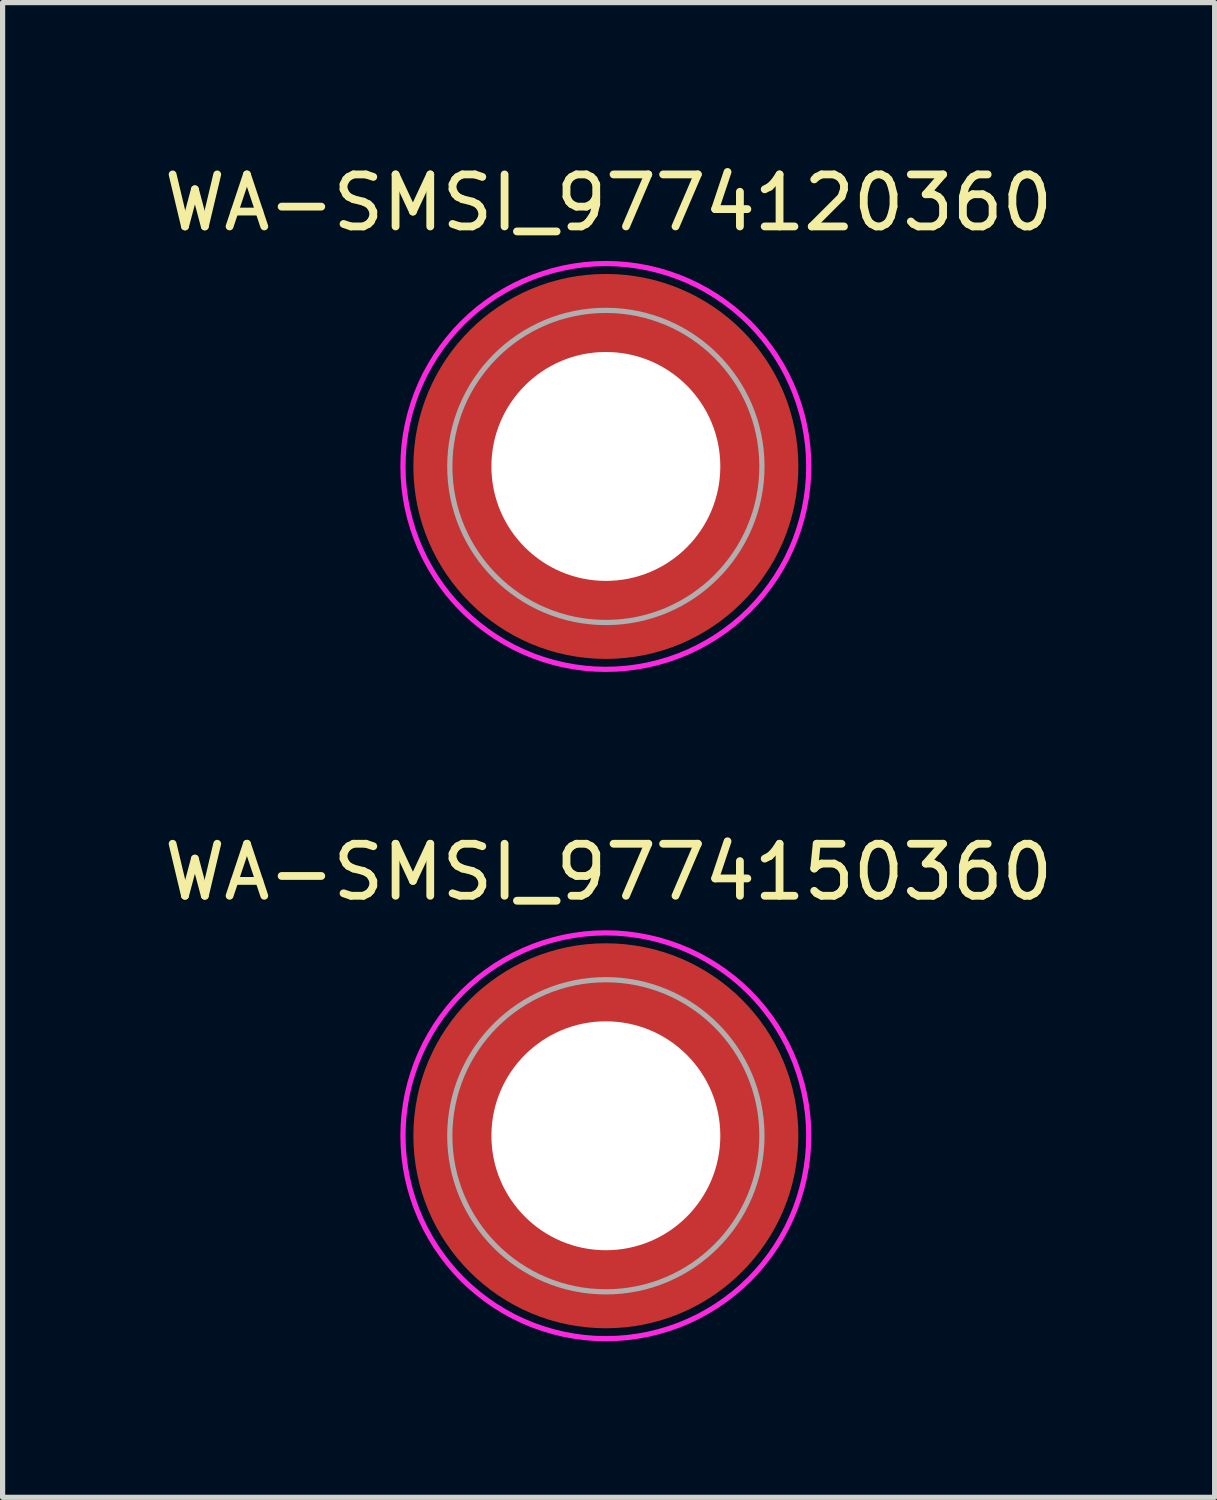
<source format=kicad_pcb>
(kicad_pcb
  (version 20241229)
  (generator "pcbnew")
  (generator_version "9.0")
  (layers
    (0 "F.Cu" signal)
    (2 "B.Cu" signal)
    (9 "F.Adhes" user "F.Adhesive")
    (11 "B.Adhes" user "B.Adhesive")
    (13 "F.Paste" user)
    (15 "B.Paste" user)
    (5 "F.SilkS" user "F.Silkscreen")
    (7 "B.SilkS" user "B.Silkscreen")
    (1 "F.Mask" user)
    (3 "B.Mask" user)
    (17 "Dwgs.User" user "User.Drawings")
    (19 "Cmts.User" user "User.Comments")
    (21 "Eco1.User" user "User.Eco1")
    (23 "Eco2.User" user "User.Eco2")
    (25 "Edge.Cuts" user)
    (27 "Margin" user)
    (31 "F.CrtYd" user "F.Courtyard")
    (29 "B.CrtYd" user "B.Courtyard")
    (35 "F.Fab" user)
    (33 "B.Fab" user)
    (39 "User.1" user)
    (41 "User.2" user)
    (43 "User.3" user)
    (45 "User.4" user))
  (footprint "WA-SMSI_9774120360"
    (layer "F.Cu")
    (at 8.596 5.916)
    (property "Reference" "WA-SMSI_9774120360" (at 0.053 -5.068 0) (layer "F.SilkS") (effects (font (size 1 1) (thickness 0.15))))
    (attr smd)
    (fp_poly (pts (xy -3.615 0.4) (xy -2.205 0.4) (xy -2.19 0.475) (xy -2.165 0.58) (xy -2.13 0.7) (xy -2.1 0.78) (xy -2.07 0.86) (xy -2.025 0.96) (xy -1.975 1.06) (xy -1.92 1.155) (xy -1.86 1.25) (xy -1.815 1.315) (xy -1.75 1.4) (xy -1.695 1.465) (xy -1.605 1.565) (xy -1.52 1.645) (xy -1.465 1.695) (xy -1.405 1.745) (xy -1.32 1.81) (xy -1.235 1.87) (xy -1.13 1.935) (xy -1.05 1.98) (xy -0.95 2.03) (xy -0.81 2.09) (xy -0.695 2.13) (xy -0.58 2.165) (xy -0.475 2.19) (xy -0.4 2.205) (xy -0.4 3.615) (xy -0.43 3.61) (xy -0.505 3.6) (xy -0.605 3.585) (xy -0.715 3.565) (xy -0.83 3.54) (xy -0.93 3.515) (xy -1.04 3.485) (xy -1.135 3.455) (xy -1.205 3.43) (xy -1.3 3.395) (xy -1.365 3.37) (xy -1.46 3.33) (xy -1.55 3.29) (xy -1.65 3.24) (xy -1.77 3.175) (xy -1.885 3.11) (xy -1.985 3.045) (xy -2.075 2.985) (xy -2.165 2.92) (xy -2.23 2.87) (xy -2.295 2.82) (xy -2.365 2.76) (xy -2.44 2.695) (xy -2.515 2.625) (xy -2.6 2.54) (xy -2.645 2.495) (xy -2.69 2.445) (xy -2.76 2.365) (xy -2.82 2.295) (xy -2.875 2.225) (xy -2.935 2.145) (xy -2.995 2.06) (xy -3.085 1.925) (xy -3.18 1.765) (xy -3.27 1.59) (xy -3.34 1.44) (xy -3.4 1.29) (xy -3.455 1.135) (xy -3.505 0.97) (xy -3.55 0.795) (xy -3.575 0.665) (xy -3.6 0.52)) (stroke (width 0.01) (type solid)) (fill yes) (layer "F.Paste"))
    (fp_poly (pts (xy -0.4 -3.615) (xy -0.4 -2.205) (xy -0.475 -2.19) (xy -0.58 -2.165) (xy -0.7 -2.13) (xy -0.78 -2.1) (xy -0.86 -2.07) (xy -0.96 -2.025) (xy -1.06 -1.975) (xy -1.155 -1.92) (xy -1.25 -1.86) (xy -1.315 -1.815) (xy -1.4 -1.75) (xy -1.465 -1.695) (xy -1.565 -1.605) (xy -1.645 -1.52) (xy -1.695 -1.465) (xy -1.745 -1.405) (xy -1.81 -1.32) (xy -1.87 -1.235) (xy -1.935 -1.13) (xy -1.98 -1.05) (xy -2.03 -0.95) (xy -2.09 -0.81) (xy -2.13 -0.695) (xy -2.165 -0.58) (xy -2.19 -0.475) (xy -2.205 -0.4) (xy -3.615 -0.4) (xy -3.61 -0.43) (xy -3.6 -0.505) (xy -3.585 -0.605) (xy -3.565 -0.715) (xy -3.54 -0.83) (xy -3.515 -0.93) (xy -3.485 -1.04) (xy -3.455 -1.135) (xy -3.43 -1.205) (xy -3.395 -1.3) (xy -3.37 -1.365) (xy -3.33 -1.46) (xy -3.29 -1.55) (xy -3.24 -1.65) (xy -3.175 -1.77) (xy -3.11 -1.885) (xy -3.045 -1.985) (xy -2.985 -2.075) (xy -2.92 -2.165) (xy -2.87 -2.23) (xy -2.82 -2.295) (xy -2.76 -2.365) (xy -2.695 -2.44) (xy -2.625 -2.515) (xy -2.54 -2.6) (xy -2.495 -2.645) (xy -2.445 -2.69) (xy -2.365 -2.76) (xy -2.295 -2.82) (xy -2.225 -2.875) (xy -2.145 -2.935) (xy -2.06 -2.995) (xy -1.925 -3.085) (xy -1.765 -3.18) (xy -1.59 -3.27) (xy -1.44 -3.34) (xy -1.29 -3.4) (xy -1.135 -3.455) (xy -0.97 -3.505) (xy -0.795 -3.55) (xy -0.665 -3.575) (xy -0.52 -3.6)) (stroke (width 0.01) (type solid)) (fill yes) (layer "F.Paste"))
    (fp_poly (pts (xy 0.4 3.615) (xy 0.4 2.205) (xy 0.475 2.19) (xy 0.58 2.165) (xy 0.7 2.13) (xy 0.78 2.1) (xy 0.86 2.07) (xy 0.96 2.025) (xy 1.06 1.975) (xy 1.155 1.92) (xy 1.25 1.86) (xy 1.315 1.815) (xy 1.4 1.75) (xy 1.465 1.695) (xy 1.565 1.605) (xy 1.645 1.52) (xy 1.695 1.465) (xy 1.745 1.405) (xy 1.81 1.32) (xy 1.87 1.235) (xy 1.935 1.13) (xy 1.98 1.05) (xy 2.03 0.95) (xy 2.09 0.81) (xy 2.13 0.695) (xy 2.165 0.58) (xy 2.19 0.475) (xy 2.205 0.4) (xy 3.615 0.4) (xy 3.61 0.43) (xy 3.6 0.505) (xy 3.585 0.605) (xy 3.565 0.715) (xy 3.54 0.83) (xy 3.515 0.93) (xy 3.485 1.04) (xy 3.455 1.135) (xy 3.43 1.205) (xy 3.395 1.3) (xy 3.37 1.365) (xy 3.33 1.46) (xy 3.29 1.55) (xy 3.24 1.65) (xy 3.175 1.77) (xy 3.11 1.885) (xy 3.045 1.985) (xy 2.985 2.075) (xy 2.92 2.165) (xy 2.87 2.23) (xy 2.82 2.295) (xy 2.76 2.365) (xy 2.695 2.44) (xy 2.625 2.515) (xy 2.54 2.6) (xy 2.495 2.645) (xy 2.445 2.69) (xy 2.365 2.76) (xy 2.295 2.82) (xy 2.225 2.875) (xy 2.145 2.935) (xy 2.06 2.995) (xy 1.925 3.085) (xy 1.765 3.18) (xy 1.59 3.27) (xy 1.44 3.34) (xy 1.29 3.4) (xy 1.135 3.455) (xy 0.97 3.505) (xy 0.795 3.55) (xy 0.665 3.575) (xy 0.52 3.6)) (stroke (width 0.01) (type solid)) (fill yes) (layer "F.Paste"))
    (fp_poly (pts (xy 3.615 -0.4) (xy 2.205 -0.4) (xy 2.19 -0.475) (xy 2.165 -0.58) (xy 2.13 -0.7) (xy 2.1 -0.78) (xy 2.07 -0.86) (xy 2.025 -0.96) (xy 1.975 -1.06) (xy 1.92 -1.155) (xy 1.86 -1.25) (xy 1.815 -1.315) (xy 1.75 -1.4) (xy 1.695 -1.465) (xy 1.605 -1.565) (xy 1.52 -1.645) (xy 1.465 -1.695) (xy 1.405 -1.745) (xy 1.32 -1.81) (xy 1.235 -1.87) (xy 1.13 -1.935) (xy 1.05 -1.98) (xy 0.95 -2.03) (xy 0.81 -2.09) (xy 0.695 -2.13) (xy 0.58 -2.165) (xy 0.475 -2.19) (xy 0.4 -2.205) (xy 0.4 -3.615) (xy 0.43 -3.61) (xy 0.505 -3.6) (xy 0.605 -3.585) (xy 0.715 -3.565) (xy 0.83 -3.54) (xy 0.93 -3.515) (xy 1.04 -3.485) (xy 1.135 -3.455) (xy 1.205 -3.43) (xy 1.3 -3.395) (xy 1.365 -3.37) (xy 1.46 -3.33) (xy 1.55 -3.29) (xy 1.65 -3.24) (xy 1.77 -3.175) (xy 1.885 -3.11) (xy 1.985 -3.045) (xy 2.075 -2.985) (xy 2.165 -2.92) (xy 2.23 -2.87) (xy 2.295 -2.82) (xy 2.365 -2.76) (xy 2.44 -2.695) (xy 2.515 -2.625) (xy 2.6 -2.54) (xy 2.645 -2.495) (xy 2.69 -2.445) (xy 2.76 -2.365) (xy 2.82 -2.295) (xy 2.875 -2.225) (xy 2.935 -2.145) (xy 2.995 -2.06) (xy 3.085 -1.925) (xy 3.18 -1.765) (xy 3.27 -1.59) (xy 3.34 -1.44) (xy 3.4 -1.29) (xy 3.455 -1.135) (xy 3.505 -0.97) (xy 3.55 -0.795) (xy 3.575 -0.665) (xy 3.6 -0.52)) (stroke (width 0.01) (type solid)) (fill yes) (layer "F.Paste"))
    (fp_poly (pts (xy 0 -3.9) (xy 0.204 -3.895) (xy 0.408 -3.879) (xy 0.61 -3.852) (xy 0.811 -3.815) (xy 1.009 -3.767) (xy 1.205 -3.709) (xy 1.398 -3.641) (xy 1.586 -3.563) (xy 1.771 -3.475) (xy 1.95 -3.377) (xy 2.124 -3.271) (xy 2.292 -3.155) (xy 2.454 -3.031) (xy 2.61 -2.898) (xy 2.758 -2.758) (xy 2.898 -2.61) (xy 3.031 -2.454) (xy 3.155 -2.292) (xy 3.271 -2.124) (xy 3.377 -1.95) (xy 3.475 -1.771) (xy 3.563 -1.586) (xy 3.641 -1.398) (xy 3.709 -1.205) (xy 3.767 -1.009) (xy 3.815 -0.811) (xy 3.852 -0.61) (xy 3.879 -0.408) (xy 3.895 -0.204) (xy 3.9 0) (xy 3.895 0.204) (xy 3.879 0.408) (xy 3.852 0.61) (xy 3.815 0.811) (xy 3.767 1.009) (xy 3.709 1.205) (xy 3.641 1.398) (xy 3.563 1.586) (xy 3.475 1.771) (xy 3.377 1.95) (xy 3.271 2.124) (xy 3.155 2.292) (xy 3.031 2.454) (xy 2.898 2.61) (xy 2.758 2.758) (xy 2.61 2.898) (xy 2.454 3.031) (xy 2.292 3.155) (xy 2.124 3.271) (xy 1.95 3.377) (xy 1.771 3.475) (xy 1.586 3.563) (xy 1.398 3.641) (xy 1.205 3.709) (xy 1.009 3.767) (xy 0.811 3.815) (xy 0.61 3.852) (xy 0.408 3.879) (xy 0.204 3.895) (xy 0 3.9) (xy -0.204 3.895) (xy -0.408 3.879) (xy -0.61 3.852) (xy -0.811 3.815) (xy -1.009 3.767) (xy -1.205 3.709) (xy -1.398 3.641) (xy -1.586 3.563) (xy -1.771 3.475) (xy -1.95 3.377) (xy -2.124 3.271) (xy -2.292 3.155) (xy -2.454 3.031) (xy -2.61 2.898) (xy -2.758 2.758) (xy -2.898 2.61) (xy -3.031 2.454) (xy -3.155 2.292) (xy -3.271 2.124) (xy -3.377 1.95) (xy -3.475 1.771) (xy -3.563 1.586) (xy -3.641 1.398) (xy -3.709 1.205) (xy -3.767 1.009) (xy -3.815 0.811) (xy -3.852 0.61) (xy -3.879 0.408) (xy -3.895 0.204) (xy -3.9 0) (xy -3.895 -0.204) (xy -3.879 -0.408) (xy -3.852 -0.61) (xy -3.815 -0.811) (xy -3.767 -1.009) (xy -3.709 -1.205) (xy -3.641 -1.398) (xy -3.563 -1.586) (xy -3.475 -1.771) (xy -3.377 -1.95) (xy -3.271 -2.124) (xy -3.155 -2.292) (xy -3.031 -2.454) (xy -2.898 -2.61) (xy -2.758 -2.758) (xy -2.61 -2.898) (xy -2.454 -3.031) (xy -2.292 -3.155) (xy -2.124 -3.271) (xy -1.95 -3.377) (xy -1.771 -3.475) (xy -1.586 -3.563) (xy -1.398 -3.641) (xy -1.205 -3.709) (xy -1.009 -3.767) (xy -0.811 -3.815) (xy -0.61 -3.852) (xy -0.408 -3.879) (xy -0.204 -3.895) (xy 0 -3.9)) (stroke (width 0.1) (type solid)) (fill no) (layer "F.CrtYd"))
    (fp_circle (center 0 0) (end 3 0) (stroke (width 0.1) (type solid)) (fill no) (layer "F.Fab"))
    (pad "" np_thru_hole circle (at 0 0) (size 4.4 4.4) (drill 4.4) (layers "*.Cu" "*.Mask"))
    (pad "1" smd circle (at 0 0) (size 7.4 7.4) (layers "F.Cu" "F.Mask")))
  (footprint "WA-SMSI_9774150360"
    (layer "F.Cu")
    (at 8.596 18.782)
    (property "Reference" "WA-SMSI_9774150360" (at 0.053 -5.068 0) (layer "F.SilkS") (effects (font (size 1 1) (thickness 0.15))))
    (attr smd)
    (fp_poly (pts (xy -3.615 0.4) (xy -2.205 0.4) (xy -2.19 0.475) (xy -2.165 0.58) (xy -2.13 0.7) (xy -2.1 0.78) (xy -2.07 0.86) (xy -2.025 0.96) (xy -1.975 1.06) (xy -1.92 1.155) (xy -1.86 1.25) (xy -1.815 1.315) (xy -1.75 1.4) (xy -1.695 1.465) (xy -1.605 1.565) (xy -1.52 1.645) (xy -1.465 1.695) (xy -1.405 1.745) (xy -1.32 1.81) (xy -1.235 1.87) (xy -1.13 1.935) (xy -1.05 1.98) (xy -0.95 2.03) (xy -0.81 2.09) (xy -0.695 2.13) (xy -0.58 2.165) (xy -0.475 2.19) (xy -0.4 2.205) (xy -0.4 3.615) (xy -0.43 3.61) (xy -0.505 3.6) (xy -0.605 3.585) (xy -0.715 3.565) (xy -0.83 3.54) (xy -0.93 3.515) (xy -1.04 3.485) (xy -1.135 3.455) (xy -1.205 3.43) (xy -1.3 3.395) (xy -1.365 3.37) (xy -1.46 3.33) (xy -1.55 3.29) (xy -1.65 3.24) (xy -1.77 3.175) (xy -1.885 3.11) (xy -1.985 3.045) (xy -2.075 2.985) (xy -2.165 2.92) (xy -2.23 2.87) (xy -2.295 2.82) (xy -2.365 2.76) (xy -2.44 2.695) (xy -2.515 2.625) (xy -2.6 2.54) (xy -2.645 2.495) (xy -2.69 2.445) (xy -2.76 2.365) (xy -2.82 2.295) (xy -2.875 2.225) (xy -2.935 2.145) (xy -2.995 2.06) (xy -3.085 1.925) (xy -3.18 1.765) (xy -3.27 1.59) (xy -3.34 1.44) (xy -3.4 1.29) (xy -3.455 1.135) (xy -3.505 0.97) (xy -3.55 0.795) (xy -3.575 0.665) (xy -3.6 0.52)) (stroke (width 0.01) (type solid)) (fill yes) (layer "F.Paste"))
    (fp_poly (pts (xy -0.4 -3.615) (xy -0.4 -2.205) (xy -0.475 -2.19) (xy -0.58 -2.165) (xy -0.7 -2.13) (xy -0.78 -2.1) (xy -0.86 -2.07) (xy -0.96 -2.025) (xy -1.06 -1.975) (xy -1.155 -1.92) (xy -1.25 -1.86) (xy -1.315 -1.815) (xy -1.4 -1.75) (xy -1.465 -1.695) (xy -1.565 -1.605) (xy -1.645 -1.52) (xy -1.695 -1.465) (xy -1.745 -1.405) (xy -1.81 -1.32) (xy -1.87 -1.235) (xy -1.935 -1.13) (xy -1.98 -1.05) (xy -2.03 -0.95) (xy -2.09 -0.81) (xy -2.13 -0.695) (xy -2.165 -0.58) (xy -2.19 -0.475) (xy -2.205 -0.4) (xy -3.615 -0.4) (xy -3.61 -0.43) (xy -3.6 -0.505) (xy -3.585 -0.605) (xy -3.565 -0.715) (xy -3.54 -0.83) (xy -3.515 -0.93) (xy -3.485 -1.04) (xy -3.455 -1.135) (xy -3.43 -1.205) (xy -3.395 -1.3) (xy -3.37 -1.365) (xy -3.33 -1.46) (xy -3.29 -1.55) (xy -3.24 -1.65) (xy -3.175 -1.77) (xy -3.11 -1.885) (xy -3.045 -1.985) (xy -2.985 -2.075) (xy -2.92 -2.165) (xy -2.87 -2.23) (xy -2.82 -2.295) (xy -2.76 -2.365) (xy -2.695 -2.44) (xy -2.625 -2.515) (xy -2.54 -2.6) (xy -2.495 -2.645) (xy -2.445 -2.69) (xy -2.365 -2.76) (xy -2.295 -2.82) (xy -2.225 -2.875) (xy -2.145 -2.935) (xy -2.06 -2.995) (xy -1.925 -3.085) (xy -1.765 -3.18) (xy -1.59 -3.27) (xy -1.44 -3.34) (xy -1.29 -3.4) (xy -1.135 -3.455) (xy -0.97 -3.505) (xy -0.795 -3.55) (xy -0.665 -3.575) (xy -0.52 -3.6)) (stroke (width 0.01) (type solid)) (fill yes) (layer "F.Paste"))
    (fp_poly (pts (xy 0.4 3.615) (xy 0.4 2.205) (xy 0.475 2.19) (xy 0.58 2.165) (xy 0.7 2.13) (xy 0.78 2.1) (xy 0.86 2.07) (xy 0.96 2.025) (xy 1.06 1.975) (xy 1.155 1.92) (xy 1.25 1.86) (xy 1.315 1.815) (xy 1.4 1.75) (xy 1.465 1.695) (xy 1.565 1.605) (xy 1.645 1.52) (xy 1.695 1.465) (xy 1.745 1.405) (xy 1.81 1.32) (xy 1.87 1.235) (xy 1.935 1.13) (xy 1.98 1.05) (xy 2.03 0.95) (xy 2.09 0.81) (xy 2.13 0.695) (xy 2.165 0.58) (xy 2.19 0.475) (xy 2.205 0.4) (xy 3.615 0.4) (xy 3.61 0.43) (xy 3.6 0.505) (xy 3.585 0.605) (xy 3.565 0.715) (xy 3.54 0.83) (xy 3.515 0.93) (xy 3.485 1.04) (xy 3.455 1.135) (xy 3.43 1.205) (xy 3.395 1.3) (xy 3.37 1.365) (xy 3.33 1.46) (xy 3.29 1.55) (xy 3.24 1.65) (xy 3.175 1.77) (xy 3.11 1.885) (xy 3.045 1.985) (xy 2.985 2.075) (xy 2.92 2.165) (xy 2.87 2.23) (xy 2.82 2.295) (xy 2.76 2.365) (xy 2.695 2.44) (xy 2.625 2.515) (xy 2.54 2.6) (xy 2.495 2.645) (xy 2.445 2.69) (xy 2.365 2.76) (xy 2.295 2.82) (xy 2.225 2.875) (xy 2.145 2.935) (xy 2.06 2.995) (xy 1.925 3.085) (xy 1.765 3.18) (xy 1.59 3.27) (xy 1.44 3.34) (xy 1.29 3.4) (xy 1.135 3.455) (xy 0.97 3.505) (xy 0.795 3.55) (xy 0.665 3.575) (xy 0.52 3.6)) (stroke (width 0.01) (type solid)) (fill yes) (layer "F.Paste"))
    (fp_poly (pts (xy 3.615 -0.4) (xy 2.205 -0.4) (xy 2.19 -0.475) (xy 2.165 -0.58) (xy 2.13 -0.7) (xy 2.1 -0.78) (xy 2.07 -0.86) (xy 2.025 -0.96) (xy 1.975 -1.06) (xy 1.92 -1.155) (xy 1.86 -1.25) (xy 1.815 -1.315) (xy 1.75 -1.4) (xy 1.695 -1.465) (xy 1.605 -1.565) (xy 1.52 -1.645) (xy 1.465 -1.695) (xy 1.405 -1.745) (xy 1.32 -1.81) (xy 1.235 -1.87) (xy 1.13 -1.935) (xy 1.05 -1.98) (xy 0.95 -2.03) (xy 0.81 -2.09) (xy 0.695 -2.13) (xy 0.58 -2.165) (xy 0.475 -2.19) (xy 0.4 -2.205) (xy 0.4 -3.615) (xy 0.43 -3.61) (xy 0.505 -3.6) (xy 0.605 -3.585) (xy 0.715 -3.565) (xy 0.83 -3.54) (xy 0.93 -3.515) (xy 1.04 -3.485) (xy 1.135 -3.455) (xy 1.205 -3.43) (xy 1.3 -3.395) (xy 1.365 -3.37) (xy 1.46 -3.33) (xy 1.55 -3.29) (xy 1.65 -3.24) (xy 1.77 -3.175) (xy 1.885 -3.11) (xy 1.985 -3.045) (xy 2.075 -2.985) (xy 2.165 -2.92) (xy 2.23 -2.87) (xy 2.295 -2.82) (xy 2.365 -2.76) (xy 2.44 -2.695) (xy 2.515 -2.625) (xy 2.6 -2.54) (xy 2.645 -2.495) (xy 2.69 -2.445) (xy 2.76 -2.365) (xy 2.82 -2.295) (xy 2.875 -2.225) (xy 2.935 -2.145) (xy 2.995 -2.06) (xy 3.085 -1.925) (xy 3.18 -1.765) (xy 3.27 -1.59) (xy 3.34 -1.44) (xy 3.4 -1.29) (xy 3.455 -1.135) (xy 3.505 -0.97) (xy 3.55 -0.795) (xy 3.575 -0.665) (xy 3.6 -0.52)) (stroke (width 0.01) (type solid)) (fill yes) (layer "F.Paste"))
    (fp_poly (pts (xy 0 -3.9) (xy 0.204 -3.895) (xy 0.408 -3.879) (xy 0.61 -3.852) (xy 0.811 -3.815) (xy 1.009 -3.767) (xy 1.205 -3.709) (xy 1.398 -3.641) (xy 1.586 -3.563) (xy 1.771 -3.475) (xy 1.95 -3.377) (xy 2.124 -3.271) (xy 2.292 -3.155) (xy 2.454 -3.031) (xy 2.61 -2.898) (xy 2.758 -2.758) (xy 2.898 -2.61) (xy 3.031 -2.454) (xy 3.155 -2.292) (xy 3.271 -2.124) (xy 3.377 -1.95) (xy 3.475 -1.771) (xy 3.563 -1.586) (xy 3.641 -1.398) (xy 3.709 -1.205) (xy 3.767 -1.009) (xy 3.815 -0.811) (xy 3.852 -0.61) (xy 3.879 -0.408) (xy 3.895 -0.204) (xy 3.9 0) (xy 3.895 0.204) (xy 3.879 0.408) (xy 3.852 0.61) (xy 3.815 0.811) (xy 3.767 1.009) (xy 3.709 1.205) (xy 3.641 1.398) (xy 3.563 1.586) (xy 3.475 1.771) (xy 3.377 1.95) (xy 3.271 2.124) (xy 3.155 2.292) (xy 3.031 2.454) (xy 2.898 2.61) (xy 2.758 2.758) (xy 2.61 2.898) (xy 2.454 3.031) (xy 2.292 3.155) (xy 2.124 3.271) (xy 1.95 3.377) (xy 1.771 3.475) (xy 1.586 3.563) (xy 1.398 3.641) (xy 1.205 3.709) (xy 1.009 3.767) (xy 0.811 3.815) (xy 0.61 3.852) (xy 0.408 3.879) (xy 0.204 3.895) (xy 0 3.9) (xy -0.204 3.895) (xy -0.408 3.879) (xy -0.61 3.852) (xy -0.811 3.815) (xy -1.009 3.767) (xy -1.205 3.709) (xy -1.398 3.641) (xy -1.586 3.563) (xy -1.771 3.475) (xy -1.95 3.377) (xy -2.124 3.271) (xy -2.292 3.155) (xy -2.454 3.031) (xy -2.61 2.898) (xy -2.758 2.758) (xy -2.898 2.61) (xy -3.031 2.454) (xy -3.155 2.292) (xy -3.271 2.124) (xy -3.377 1.95) (xy -3.475 1.771) (xy -3.563 1.586) (xy -3.641 1.398) (xy -3.709 1.205) (xy -3.767 1.009) (xy -3.815 0.811) (xy -3.852 0.61) (xy -3.879 0.408) (xy -3.895 0.204) (xy -3.9 0) (xy -3.895 -0.204) (xy -3.879 -0.408) (xy -3.852 -0.61) (xy -3.815 -0.811) (xy -3.767 -1.009) (xy -3.709 -1.205) (xy -3.641 -1.398) (xy -3.563 -1.586) (xy -3.475 -1.771) (xy -3.377 -1.95) (xy -3.271 -2.124) (xy -3.155 -2.292) (xy -3.031 -2.454) (xy -2.898 -2.61) (xy -2.758 -2.758) (xy -2.61 -2.898) (xy -2.454 -3.031) (xy -2.292 -3.155) (xy -2.124 -3.271) (xy -1.95 -3.377) (xy -1.771 -3.475) (xy -1.586 -3.563) (xy -1.398 -3.641) (xy -1.205 -3.709) (xy -1.009 -3.767) (xy -0.811 -3.815) (xy -0.61 -3.852) (xy -0.408 -3.879) (xy -0.204 -3.895) (xy 0 -3.9)) (stroke (width 0.1) (type solid)) (fill no) (layer "F.CrtYd"))
    (fp_circle (center 0 0) (end 3 0) (stroke (width 0.1) (type solid)) (fill no) (layer "F.Fab"))
    (pad "" np_thru_hole circle (at 0 0) (size 4.4 4.4) (drill 4.4) (layers "*.Cu" "*.Mask"))
    (pad "1" smd circle (at 0 0) (size 7.4 7.4) (layers "F.Cu" "F.Mask")))
  (gr_rect
    (start -3 -3)
    (end 20.298 25.732)
    (stroke (width 0.1) (type default))
    (fill no)
    (layer "Edge.Cuts")))
</source>
